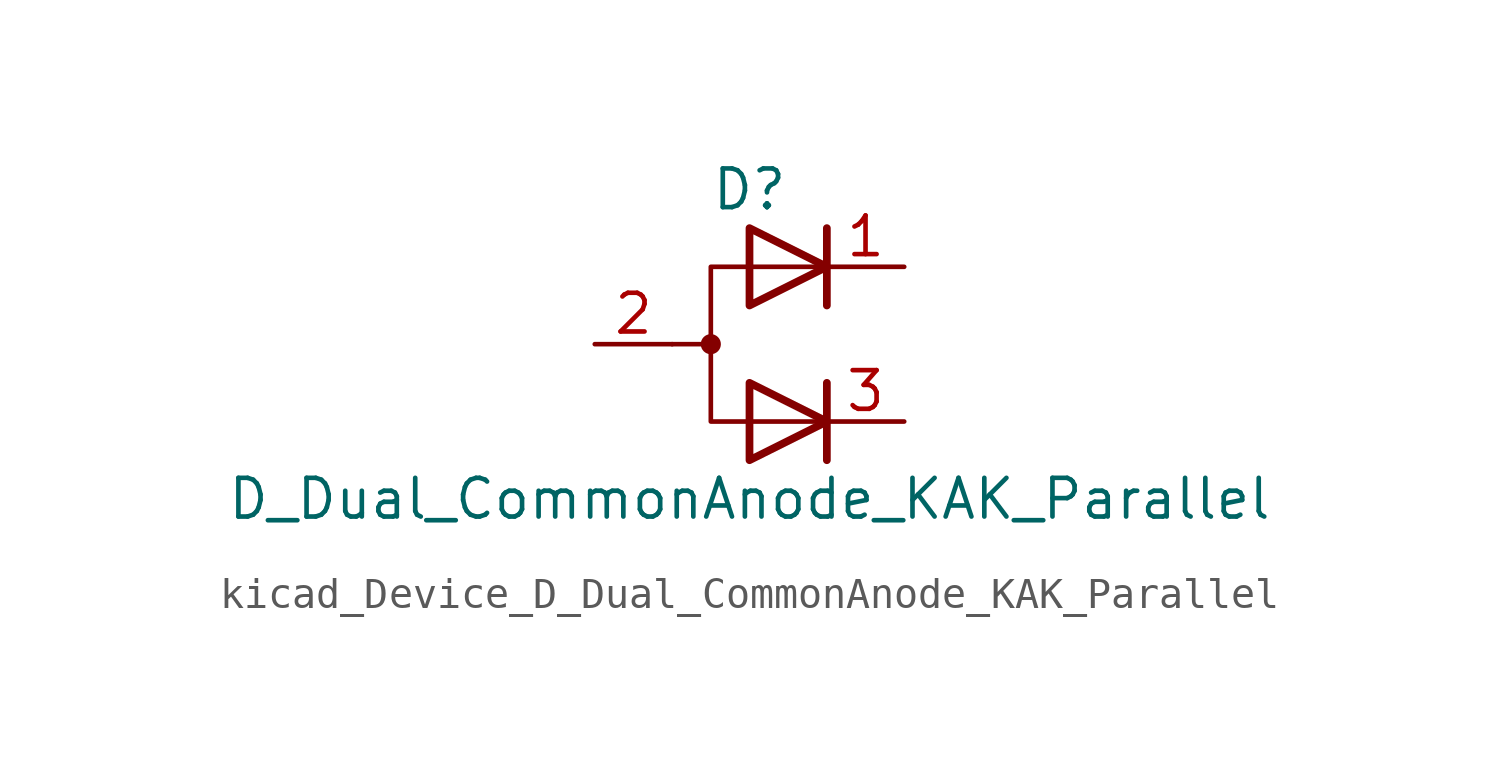
<source format=kicad_sym>
(kicad_symbol_lib
  (version 20220914)
  (generator kicad_symbol_editor)
  (symbol "kicad_Device_D_Dual_CommonAnode_KAK_Parallel"
    (pin_names
      (offset 0.762) hide)
    (property "Reference" "D"
      (at 0 5.08 0)
      (effects (font (size 1.27 1.27))))
    (property "Value" "D_Dual_CommonAnode_KAK_Parallel"
      (at 0 -5.08 0)
      (effects (font (size 1.27 1.27))))
    (symbol "kicad_Device_D_Dual_CommonAnode_KAK_Parallel_0_0"
      (polyline (pts (xy 2.54 -1.27) (xy 2.54 -3.81)) (stroke (width 0.254) (type default)) (fill (type none)))
      (polyline (pts (xy 2.54 3.81) (xy 2.54 1.27)) (stroke (width 0.254) (type default)) (fill (type none))))
    (symbol "kicad_Device_D_Dual_CommonAnode_KAK_Parallel_0_1"
      (circle (center -1.27 0) (radius 0.254) (stroke (width 0) (type default)) (fill (type outline)))
      (polyline (pts (xy -1.27 0) (xy -2.54 0)) (stroke (width 0) (type default)) (fill (type none)))
      (polyline (pts (xy 2.54 2.54) (xy -1.27 2.54) (xy -1.27 -2.54) (xy 2.54 -2.54)) (stroke (width 0) (type default)) (fill (type none)))
      (polyline (pts (xy 0 -1.27) (xy 2.54 -2.54) (xy 0 -3.81) (xy 0 -1.27) (xy 0 -1.27) (xy 0 -1.27)) (stroke (width 0.254) (type default)) (fill (type none)))
      (polyline (pts (xy 0 3.81) (xy 2.54 2.54) (xy 0 1.27) (xy 0 3.81) (xy 0 3.81) (xy 0 3.81)) (stroke (width 0.254) (type default)) (fill (type none)))
      (pin passive line (at 5.08 2.54 180) (length 2.54) (name "K" (effects (font (size 1.27 1.27)))) (number "1" (effects (font (size 1.27 1.27)))))
      (pin passive line (at -5.08 0 0) (length 2.54) (name "A" (effects (font (size 1.27 1.27)))) (number "2" (effects (font (size 1.27 1.27)))))
      (pin passive line (at 5.08 -2.54 180) (length 2.54) (name "K" (effects (font (size 1.27 1.27)))) (number "3" (effects (font (size 1.27 1.27))))))))
</source>
